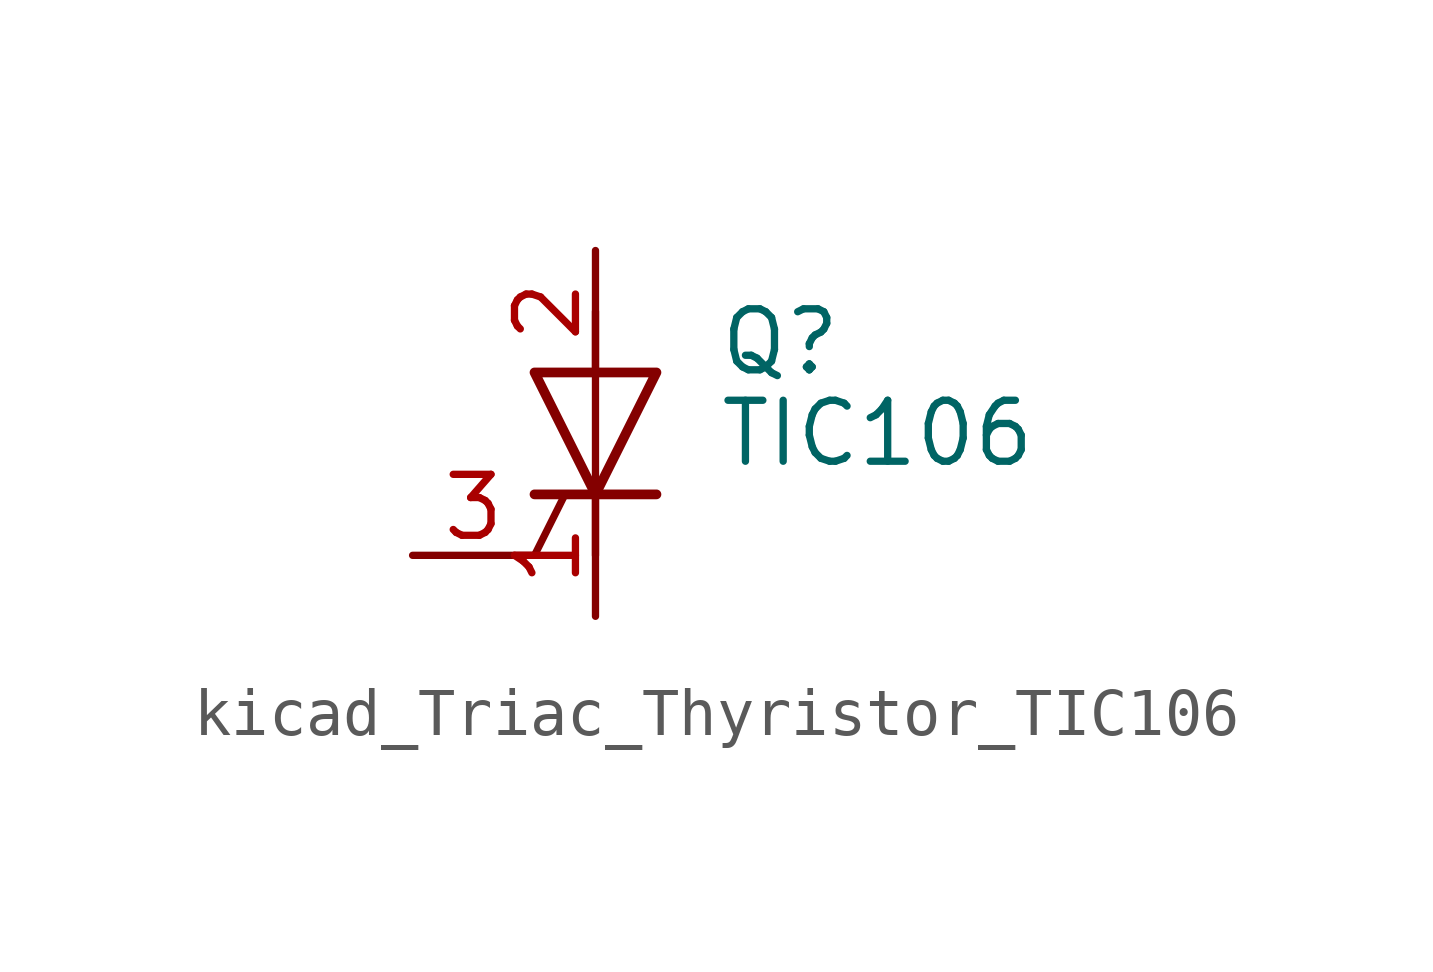
<source format=kicad_sym>
(kicad_symbol_lib
  (version 20220914)
  (generator kicad_symbol_editor)
  (symbol "kicad_Triac_Thyristor_TIC106"
    (pin_names
      (offset 0) hide)
    (property "Reference" "Q"
      (at 2.54 1.905 0)
      (effects (font (size 1.27 1.27)) (justify left)))
    (property "Value" "TIC106"
      (at 2.54 0 0)
      (effects (font (size 1.27 1.27)) (justify left)))
    (symbol "kicad_Triac_Thyristor_TIC106_0_1"
      (polyline (pts (xy -1.27 -2.54) (xy -0.635 -1.27)) (stroke (width 0) (type default)) (fill (type none)))
      (polyline (pts (xy -1.27 -1.27) (xy 1.27 -1.27)) (stroke (width 0.203) (type default)) (fill (type none)))
      (polyline (pts (xy 0 -2.54) (xy 0 2.54)) (stroke (width 0) (type default)) (fill (type none)))
      (polyline (pts (xy -1.27 1.27) (xy 1.27 1.27) (xy 0 -1.27) (xy -1.27 1.27)) (stroke (width 0.203) (type default)) (fill (type none))))
    (symbol "kicad_Triac_Thyristor_TIC106_1_1"
      (pin passive line (at 0 -3.81 90) (length 2.54) (name "K" (effects (font (size 1.27 1.27)))) (number "1" (effects (font (size 1.27 1.27)))))
      (pin passive line (at 0 3.81 270) (length 2.54) (name "A" (effects (font (size 1.27 1.27)))) (number "2" (effects (font (size 1.27 1.27)))))
      (pin input line (at -3.81 -2.54 0) (length 2.54) (name "G" (effects (font (size 1.27 1.27)))) (number "3" (effects (font (size 1.27 1.27))))))))
</source>
